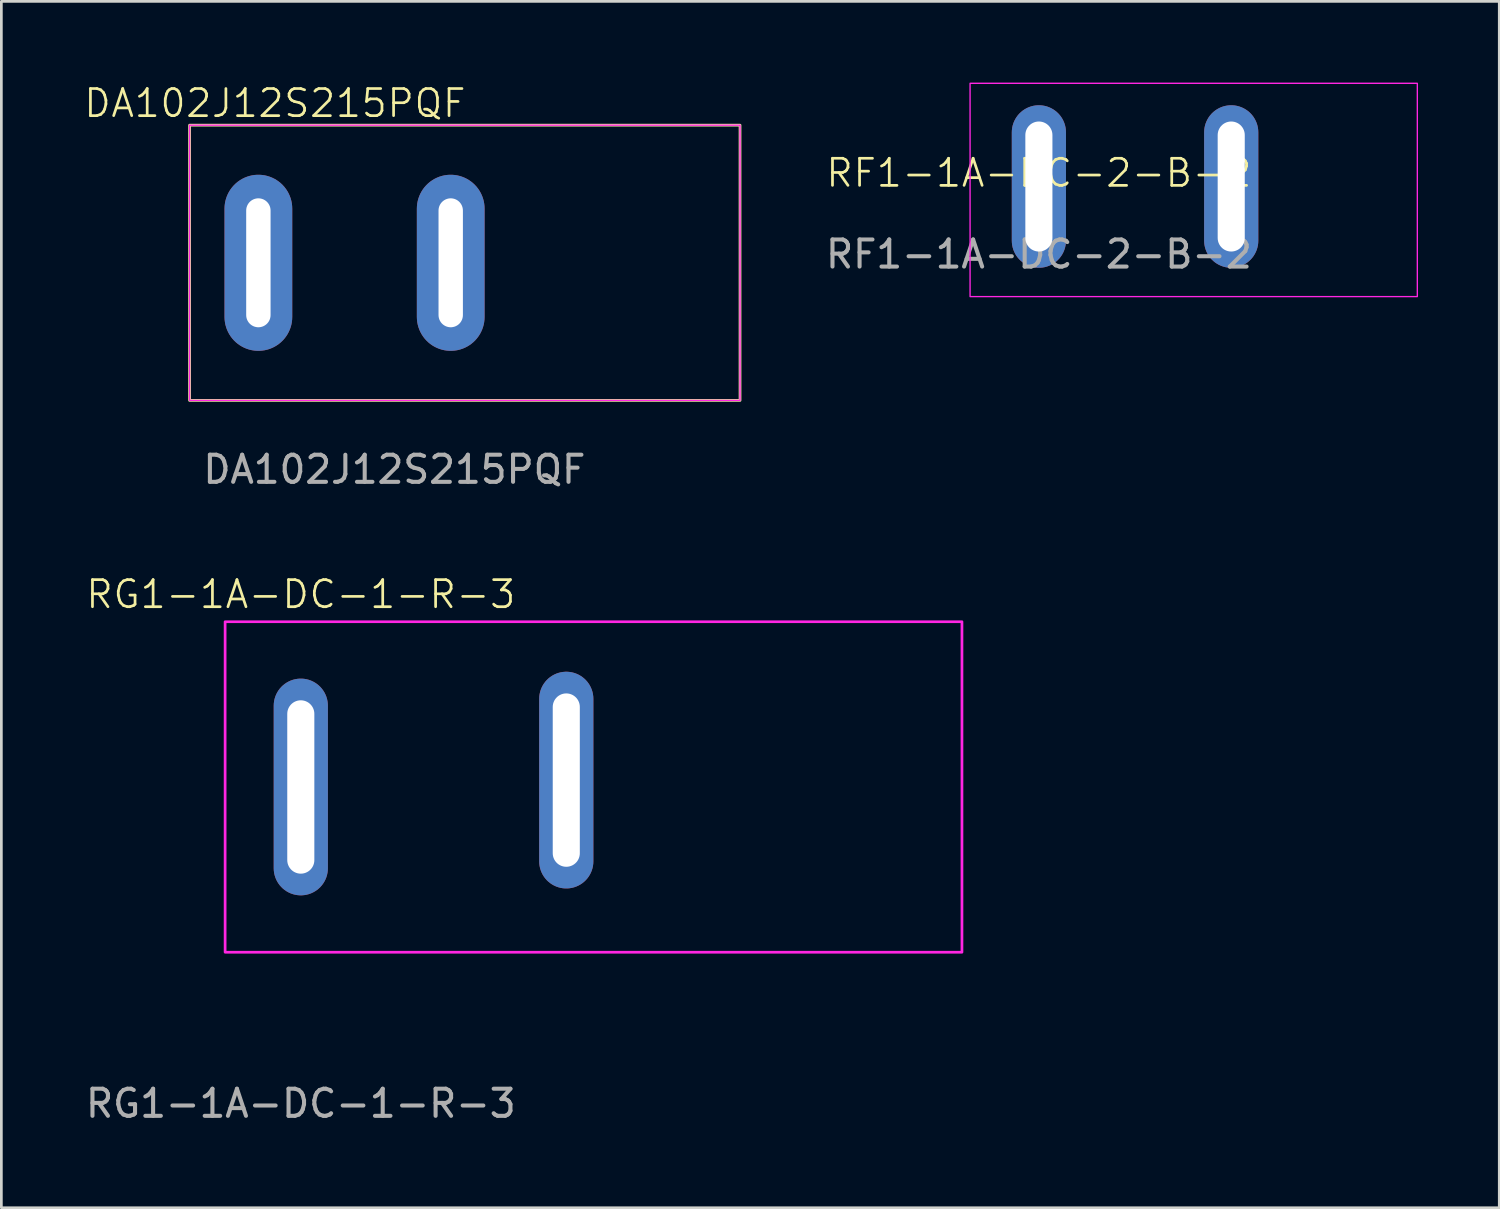
<source format=kicad_pcb>
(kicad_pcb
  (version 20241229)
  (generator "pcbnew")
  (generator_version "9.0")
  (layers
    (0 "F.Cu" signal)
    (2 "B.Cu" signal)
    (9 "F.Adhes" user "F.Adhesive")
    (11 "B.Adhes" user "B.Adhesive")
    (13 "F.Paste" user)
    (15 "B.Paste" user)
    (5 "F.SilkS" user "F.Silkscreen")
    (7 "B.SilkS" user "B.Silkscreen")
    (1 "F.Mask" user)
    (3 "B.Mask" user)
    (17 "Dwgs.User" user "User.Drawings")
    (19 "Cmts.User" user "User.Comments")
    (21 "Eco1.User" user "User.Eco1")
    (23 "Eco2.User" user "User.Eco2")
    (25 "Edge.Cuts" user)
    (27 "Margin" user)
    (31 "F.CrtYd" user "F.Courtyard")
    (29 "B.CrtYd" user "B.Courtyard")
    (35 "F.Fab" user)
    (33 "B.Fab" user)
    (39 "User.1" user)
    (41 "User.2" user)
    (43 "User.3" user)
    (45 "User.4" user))
  (footprint "RG1-1A-DC-1-R-3"
    (layer "F.Cu")
    (at 8.054 26.001)
    (property "Reference" "RG1-1A-DC-1-R-3" (at 0 -7.112 0) (unlocked yes) (layer "F.SilkS") (effects (font (size 1 1) (thickness 0.1))))
    (attr through_hole)
    (fp_rect (start -2.794 -6.1) (end 24.406 6.1) (stroke (width 0.1) (type default)) (fill no) (layer "F.CrtYd"))
    (fp_text user "${REFERENCE}" (at 0 11.684 0) (unlocked yes) (layer "F.Fab") (effects (font (size 1 1) (thickness 0.15))))
    (pad "1" thru_hole oval (at 0 0 90) (size 8 2) (drill oval 6.4 1) (layers "*.Cu" "*.Mask"))
    (pad "2" thru_hole oval (at 9.8 -0.254 90) (size 8 2) (drill oval 6.4 1) (layers "*.Cu" "*.Mask")))
  (footprint "DA102J12S215PQF"
    (layer "F.Cu")
    (at 6.488 6.651)
    (property "Reference" "DA102J12S215PQF" (at 0.61 -5.89 0) (unlocked yes) (layer "F.SilkS") (effects (font (size 1 1) (thickness 0.1))))
    (attr through_hole)
    (fp_rect (start -2.54 -5.08) (end 17.78 5.08) (stroke (width 0.1) (type default)) (fill no) (layer "F.SilkS"))
    (fp_rect (start -2.54 -5.08) (end 17.78 5.08) (stroke (width 0.05) (type default)) (fill no) (layer "F.CrtYd"))
    (fp_text user "${REFERENCE}" (at 5.02 7.63 0) (unlocked yes) (layer "F.Fab") (effects (font (size 1 1) (thickness 0.15))))
    (pad "1" thru_hole oval (at 0 0 90) (size 6.5 2.5) (drill oval 4.76 0.9) (layers "*.Cu" "*.Mask"))
    (pad "2" thru_hole oval (at 7.1 0 90) (size 6.5 2.5) (drill oval 4.76 0.9) (layers "*.Cu" "*.Mask")))
  (footprint "RF1-1A-DC-2-B-2"
    (layer "F.Cu")
    (at 35.3 3.835)
    (property "Reference" "RF1-1A-DC-2-B-2" (at 0 -0.5 0) (unlocked yes) (layer "F.SilkS") (effects (font (size 1 1) (thickness 0.1))))
    (attr through_hole)
    (fp_rect (start -2.54 -3.81) (end 13.97 4.064) (stroke (width 0.05) (type default)) (fill no) (layer "F.CrtYd"))
    (fp_text user "${REFERENCE}" (at 0 2.5 0) (unlocked yes) (layer "F.Fab") (effects (font (size 1 1) (thickness 0.15))))
    (pad "1" thru_hole oval (at 0 0 90) (size 6 2) (drill oval 4.8 1) (layers "*.Cu" "*.Mask"))
    (pad "2" thru_hole oval (at 7.1 0 90) (size 6 2) (drill oval 4.8 1) (layers "*.Cu" "*.Mask")))
  (gr_rect
    (start -3 -3)
    (end 52.295 41.533)
    (stroke (width 0.1) (type default))
    (fill no)
    (layer "Edge.Cuts")))
</source>
